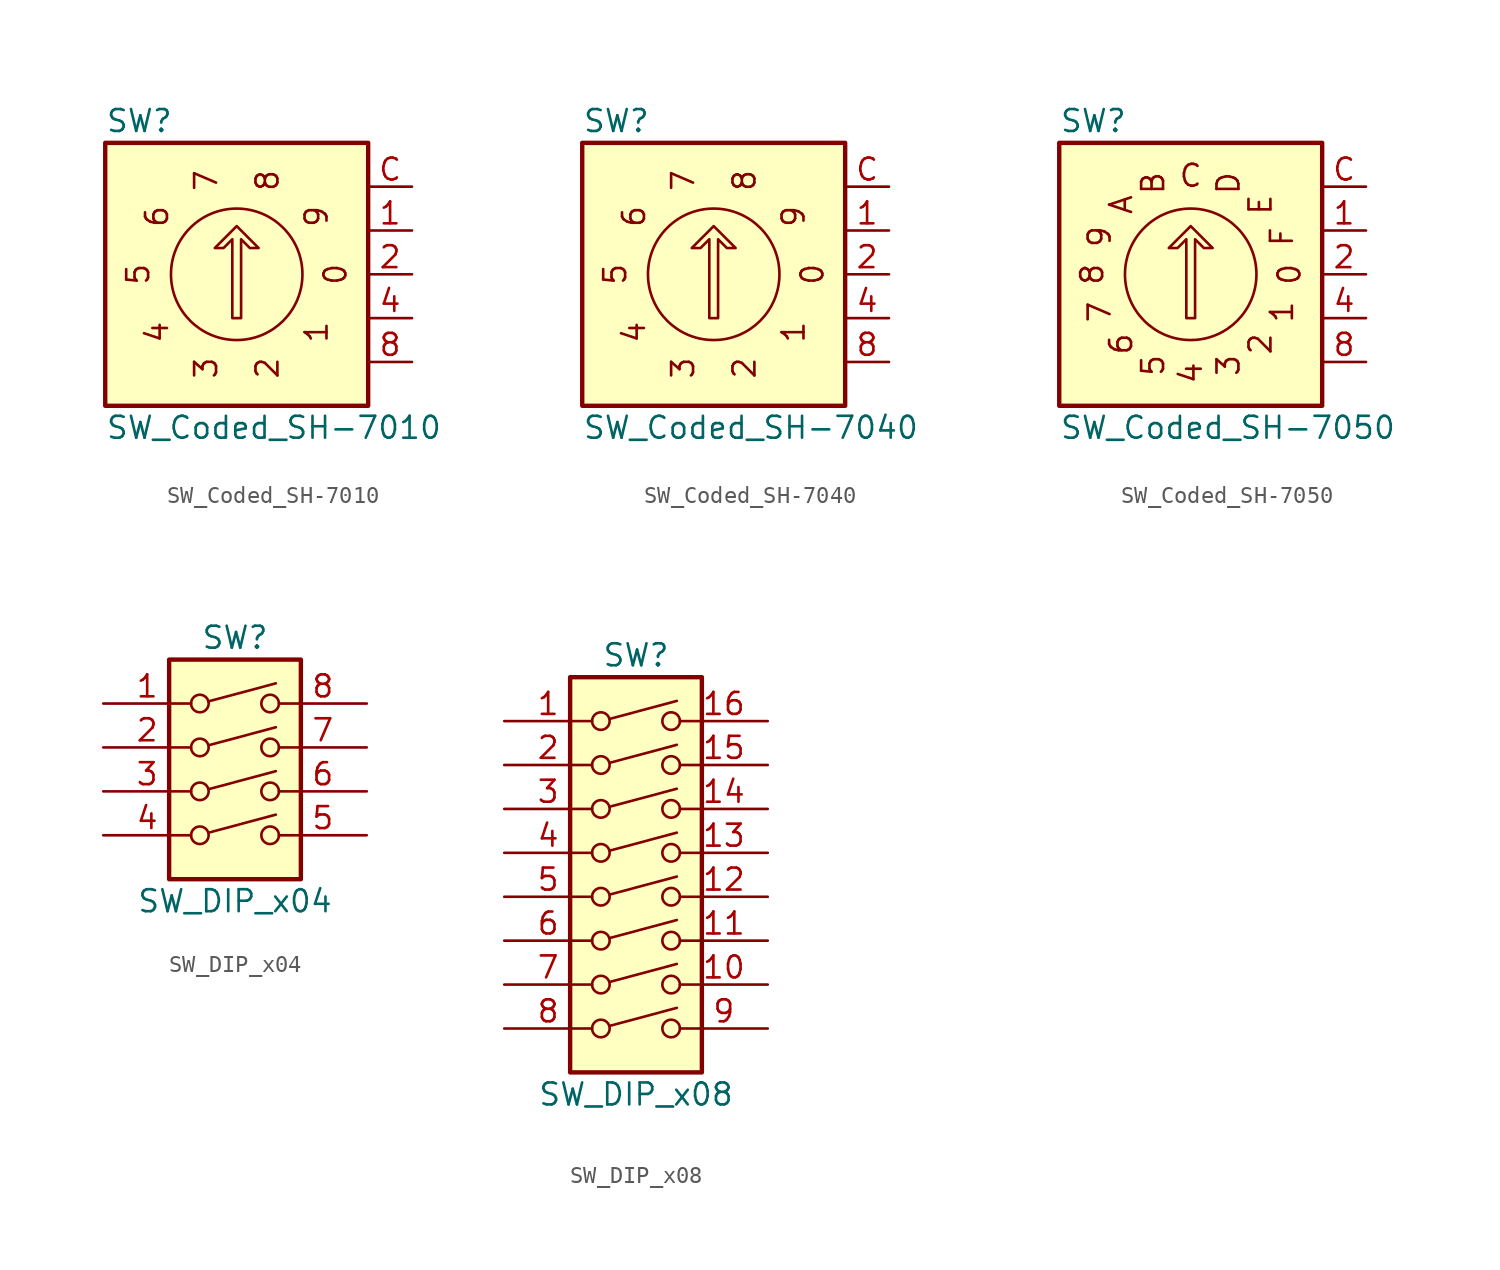
<source format=kicad_sym>
(kicad_symbol_lib
  (version 20201005)
  (generator kicad_symbol_editor)
  (symbol "SW_Coded_SH-7010"
    (pin_names hide)
    (property "Reference" "SW"
      (at -7.62 8.89 0)
      (effects (font (size 1.27 1.27)) (justify left)))
    (property "Value" "SW_Coded_SH-7010"
      (at -7.62 -8.89 0)
      (effects (font (size 1.27 1.27)) (justify left)))
    (symbol "SW_Coded_SH-7010_0_0"
      (text "0" (at 5.715 0 2700) (effects (font (size 1.27 1.27))))
      (text "1" (at 4.623 -3.353 2340) (effects (font (size 1.27 1.27))))
      (text "2" (at 1.778 -5.436 1980) (effects (font (size 1.27 1.27))))
      (text "3" (at -1.778 -5.436 1620) (effects (font (size 1.27 1.27))))
      (text "4" (at -4.623 -3.353 1260) (effects (font (size 1.27 1.27))))
      (text "5" (at -5.715 0 900) (effects (font (size 1.27 1.27))))
      (text "6" (at -4.623 3.353 540) (effects (font (size 1.27 1.27))))
      (text "7" (at -1.778 5.436 180) (effects (font (size 1.27 1.27))))
      (text "8" (at 1.778 5.436 3420) (effects (font (size 1.27 1.27))))
      (text "9" (at 4.623 3.353 3060) (effects (font (size 1.27 1.27)))))
    (symbol "SW_Coded_SH-7010_0_1"
      (circle (center 0 0) (radius 3.81) (stroke (width 0)) (fill (type none)))
      (rectangle (start 7.62 7.62) (end -7.62 -7.62) (stroke (width 0.254)) (fill (type background)))
      (polyline (pts (xy -0.254 -2.54) (xy -0.254 2.032) (xy -0.762 1.524) (xy -1.27 1.524) (xy 0 2.794) (xy 1.27 1.524) (xy 0.762 1.524) (xy 0.254 2.032) (xy 0.254 -2.54) (xy -0.254 -2.54) (xy -0.254 -2.54)) (stroke (width 0)) (fill (type none))))
    (symbol "SW_Coded_SH-7010_1_1"
      (pin passive line (at 10.16 2.54 180) (length 2.54) (name "1" (effects (font (size 1.27 1.27)))) (number "1" (effects (font (size 1.27 1.27)))))
      (pin passive line (at 10.16 0 180) (length 2.54) (name "2" (effects (font (size 1.27 1.27)))) (number "2" (effects (font (size 1.27 1.27)))))
      (pin passive line (at 10.16 -2.54 180) (length 2.54) (name "4" (effects (font (size 1.27 1.27)))) (number "4" (effects (font (size 1.27 1.27)))))
      (pin passive line (at 10.16 -5.08 180) (length 2.54) (name "8" (effects (font (size 1.27 1.27)))) (number "8" (effects (font (size 1.27 1.27)))))
      (pin passive line (at 10.16 5.08 180) (length 2.54) (name "C" (effects (font (size 1.27 1.27)))) (number "C" (effects (font (size 1.27 1.27)))))))
  (symbol "SW_Coded_SH-7040"
    (pin_names hide)
    (property "Reference" "SW"
      (at -7.62 8.89 0)
      (effects (font (size 1.27 1.27)) (justify left)))
    (property "Value" "SW_Coded_SH-7040"
      (at -7.62 -8.89 0)
      (effects (font (size 1.27 1.27)) (justify left)))
    (symbol "SW_Coded_SH-7040_0_0"
      (text "0" (at 5.715 0 2700) (effects (font (size 1.27 1.27))))
      (text "1" (at 4.623 -3.353 2340) (effects (font (size 1.27 1.27))))
      (text "2" (at 1.778 -5.436 1980) (effects (font (size 1.27 1.27))))
      (text "3" (at -1.778 -5.436 1620) (effects (font (size 1.27 1.27))))
      (text "4" (at -4.623 -3.353 1260) (effects (font (size 1.27 1.27))))
      (text "5" (at -5.715 0 900) (effects (font (size 1.27 1.27))))
      (text "6" (at -4.623 3.353 540) (effects (font (size 1.27 1.27))))
      (text "7" (at -1.778 5.436 180) (effects (font (size 1.27 1.27))))
      (text "8" (at 1.778 5.436 3420) (effects (font (size 1.27 1.27))))
      (text "9" (at 4.623 3.353 3060) (effects (font (size 1.27 1.27)))))
    (symbol "SW_Coded_SH-7040_0_1"
      (circle (center 0 0) (radius 3.81) (stroke (width 0)) (fill (type none)))
      (rectangle (start 7.62 7.62) (end -7.62 -7.62) (stroke (width 0.254)) (fill (type background)))
      (polyline (pts (xy -0.254 -2.54) (xy -0.254 2.032) (xy -0.762 1.524) (xy -1.27 1.524) (xy 0 2.794) (xy 1.27 1.524) (xy 0.762 1.524) (xy 0.254 2.032) (xy 0.254 -2.54) (xy -0.254 -2.54) (xy -0.254 -2.54)) (stroke (width 0)) (fill (type none))))
    (symbol "SW_Coded_SH-7040_1_1"
      (pin passive line (at 10.16 2.54 180) (length 2.54) (name "1" (effects (font (size 1.27 1.27)))) (number "1" (effects (font (size 1.27 1.27)))))
      (pin passive line (at 10.16 0 180) (length 2.54) (name "2" (effects (font (size 1.27 1.27)))) (number "2" (effects (font (size 1.27 1.27)))))
      (pin passive line (at 10.16 -2.54 180) (length 2.54) (name "4" (effects (font (size 1.27 1.27)))) (number "4" (effects (font (size 1.27 1.27)))))
      (pin passive line (at 10.16 -5.08 180) (length 2.54) (name "8" (effects (font (size 1.27 1.27)))) (number "8" (effects (font (size 1.27 1.27)))))
      (pin passive line (at 10.16 5.08 180) (length 2.54) (name "C" (effects (font (size 1.27 1.27)))) (number "C" (effects (font (size 1.27 1.27)))))))
  (symbol "SW_Coded_SH-7050"
    (pin_names hide)
    (property "Reference" "SW"
      (at -7.62 8.89 0)
      (effects (font (size 1.27 1.27)) (justify left)))
    (property "Value" "SW_Coded_SH-7050"
      (at -7.62 -8.89 0)
      (effects (font (size 1.27 1.27)) (justify left)))
    (symbol "SW_Coded_SH-7050_0_0"
      (text "0" (at 5.715 0 2700) (effects (font (size 1.27 1.27))))
      (text "1" (at 5.283 -2.184 2475) (effects (font (size 1.27 1.27))))
      (text "2" (at 4.039 -4.039 2250) (effects (font (size 1.27 1.27))))
      (text "3" (at 2.184 -5.283 2025) (effects (font (size 1.27 1.27))))
      (text "4" (at 0 -5.715 1800) (effects (font (size 1.27 1.27))))
      (text "5" (at -2.184 -5.283 1575) (effects (font (size 1.27 1.27))))
      (text "6" (at -4.039 -4.039 1350) (effects (font (size 1.27 1.27))))
      (text "7" (at -5.283 -2.184 1125) (effects (font (size 1.27 1.27))))
      (text "8" (at -5.715 0 900) (effects (font (size 1.27 1.27))))
      (text "9" (at -5.283 2.184 675) (effects (font (size 1.27 1.27))))
      (text "A" (at -4.039 4.039 450) (effects (font (size 1.27 1.27))))
      (text "B" (at -2.184 5.283 225) (effects (font (size 1.27 1.27))))
      (text "C" (at 0 5.715 0) (effects (font (size 1.27 1.27))))
      (text "D" (at 2.184 5.283 3375) (effects (font (size 1.27 1.27))))
      (text "E" (at 4.039 4.039 3150) (effects (font (size 1.27 1.27))))
      (text "F" (at 5.283 2.184 2925) (effects (font (size 1.27 1.27)))))
    (symbol "SW_Coded_SH-7050_0_1"
      (circle (center 0 0) (radius 3.81) (stroke (width 0)) (fill (type none)))
      (rectangle (start 7.62 7.62) (end -7.62 -7.62) (stroke (width 0.254)) (fill (type background)))
      (polyline (pts (xy -0.254 -2.54) (xy -0.254 2.032) (xy -0.762 1.524) (xy -1.27 1.524) (xy 0 2.794) (xy 1.27 1.524) (xy 0.762 1.524) (xy 0.254 2.032) (xy 0.254 -2.54) (xy -0.254 -2.54) (xy -0.254 -2.54)) (stroke (width 0)) (fill (type none))))
    (symbol "SW_Coded_SH-7050_1_1"
      (pin passive line (at 10.16 2.54 180) (length 2.54) (name "1" (effects (font (size 1.27 1.27)))) (number "1" (effects (font (size 1.27 1.27)))))
      (pin passive line (at 10.16 0 180) (length 2.54) (name "2" (effects (font (size 1.27 1.27)))) (number "2" (effects (font (size 1.27 1.27)))))
      (pin passive line (at 10.16 -2.54 180) (length 2.54) (name "4" (effects (font (size 1.27 1.27)))) (number "4" (effects (font (size 1.27 1.27)))))
      (pin passive line (at 10.16 -5.08 180) (length 2.54) (name "8" (effects (font (size 1.27 1.27)))) (number "8" (effects (font (size 1.27 1.27)))))
      (pin passive line (at 10.16 5.08 180) (length 2.54) (name "C" (effects (font (size 1.27 1.27)))) (number "C" (effects (font (size 1.27 1.27)))))))
  (symbol "SW_DIP_x04"
    (pin_names
      (offset 0) hide)
    (property "Reference" "SW"
      (at 0 8.89 0)
      (effects (font (size 1.27 1.27))))
    (property "Value" "SW_DIP_x04"
      (at 0 -6.35 0)
      (effects (font (size 1.27 1.27))))
    (symbol "SW_DIP_x04_0_0"
      (circle (center -2.032 -2.54) (radius 0.508) (stroke (width 0)) (fill (type none)))
      (circle (center -2.032 0) (radius 0.508) (stroke (width 0)) (fill (type none)))
      (circle (center -2.032 2.54) (radius 0.508) (stroke (width 0)) (fill (type none)))
      (circle (center -2.032 5.08) (radius 0.508) (stroke (width 0)) (fill (type none)))
      (circle (center 2.032 -2.54) (radius 0.508) (stroke (width 0)) (fill (type none)))
      (circle (center 2.032 0) (radius 0.508) (stroke (width 0)) (fill (type none)))
      (circle (center 2.032 2.54) (radius 0.508) (stroke (width 0)) (fill (type none)))
      (circle (center 2.032 5.08) (radius 0.508) (stroke (width 0)) (fill (type none)))
      (polyline (pts (xy -1.524 -2.388) (xy 2.362 -1.346)) (stroke (width 0)) (fill (type none)))
      (polyline (pts (xy -1.524 0.127) (xy 2.362 1.168)) (stroke (width 0)) (fill (type none)))
      (polyline (pts (xy -1.524 2.667) (xy 2.362 3.708)) (stroke (width 0)) (fill (type none)))
      (polyline (pts (xy -1.524 5.207) (xy 2.362 6.248)) (stroke (width 0)) (fill (type none))))
    (symbol "SW_DIP_x04_0_1"
      (rectangle (start -3.81 7.62) (end 3.81 -5.08) (stroke (width 0.254)) (fill (type background))))
    (symbol "SW_DIP_x04_1_1"
      (pin passive line (at -7.62 5.08 0) (length 5.08) (name "~" (effects (font (size 1.27 1.27)))) (number "1" (effects (font (size 1.27 1.27)))))
      (pin passive line (at -7.62 2.54 0) (length 5.08) (name "~" (effects (font (size 1.27 1.27)))) (number "2" (effects (font (size 1.27 1.27)))))
      (pin passive line (at -7.62 0 0) (length 5.08) (name "~" (effects (font (size 1.27 1.27)))) (number "3" (effects (font (size 1.27 1.27)))))
      (pin passive line (at -7.62 -2.54 0) (length 5.08) (name "~" (effects (font (size 1.27 1.27)))) (number "4" (effects (font (size 1.27 1.27)))))
      (pin passive line (at 7.62 -2.54 180) (length 5.08) (name "~" (effects (font (size 1.27 1.27)))) (number "5" (effects (font (size 1.27 1.27)))))
      (pin passive line (at 7.62 0 180) (length 5.08) (name "~" (effects (font (size 1.27 1.27)))) (number "6" (effects (font (size 1.27 1.27)))))
      (pin passive line (at 7.62 2.54 180) (length 5.08) (name "~" (effects (font (size 1.27 1.27)))) (number "7" (effects (font (size 1.27 1.27)))))
      (pin passive line (at 7.62 5.08 180) (length 5.08) (name "~" (effects (font (size 1.27 1.27)))) (number "8" (effects (font (size 1.27 1.27)))))))
  (symbol "SW_DIP_x08"
    (pin_names
      (offset 0) hide)
    (property "Reference" "SW"
      (at 0 13.97 0)
      (effects (font (size 1.27 1.27))))
    (property "Value" "SW_DIP_x08"
      (at 0 -11.43 0)
      (effects (font (size 1.27 1.27))))
    (symbol "SW_DIP_x08_0_0"
      (circle (center -2.032 -7.62) (radius 0.508) (stroke (width 0)) (fill (type none)))
      (circle (center -2.032 -5.08) (radius 0.508) (stroke (width 0)) (fill (type none)))
      (circle (center -2.032 -2.54) (radius 0.508) (stroke (width 0)) (fill (type none)))
      (circle (center -2.032 0) (radius 0.508) (stroke (width 0)) (fill (type none)))
      (circle (center -2.032 2.54) (radius 0.508) (stroke (width 0)) (fill (type none)))
      (circle (center -2.032 5.08) (radius 0.508) (stroke (width 0)) (fill (type none)))
      (circle (center -2.032 7.62) (radius 0.508) (stroke (width 0)) (fill (type none)))
      (circle (center -2.032 10.16) (radius 0.508) (stroke (width 0)) (fill (type none)))
      (circle (center 2.032 -7.62) (radius 0.508) (stroke (width 0)) (fill (type none)))
      (circle (center 2.032 -5.08) (radius 0.508) (stroke (width 0)) (fill (type none)))
      (circle (center 2.032 -2.54) (radius 0.508) (stroke (width 0)) (fill (type none)))
      (circle (center 2.032 0) (radius 0.508) (stroke (width 0)) (fill (type none)))
      (circle (center 2.032 2.54) (radius 0.508) (stroke (width 0)) (fill (type none)))
      (circle (center 2.032 5.08) (radius 0.508) (stroke (width 0)) (fill (type none)))
      (circle (center 2.032 7.62) (radius 0.508) (stroke (width 0)) (fill (type none)))
      (circle (center 2.032 10.16) (radius 0.508) (stroke (width 0)) (fill (type none)))
      (polyline (pts (xy -1.524 -7.468) (xy 2.362 -6.426)) (stroke (width 0)) (fill (type none)))
      (polyline (pts (xy -1.524 -4.928) (xy 2.362 -3.886)) (stroke (width 0)) (fill (type none)))
      (polyline (pts (xy -1.524 -2.388) (xy 2.362 -1.346)) (stroke (width 0)) (fill (type none)))
      (polyline (pts (xy -1.524 0.127) (xy 2.362 1.168)) (stroke (width 0)) (fill (type none)))
      (polyline (pts (xy -1.524 2.667) (xy 2.362 3.708)) (stroke (width 0)) (fill (type none)))
      (polyline (pts (xy -1.524 5.207) (xy 2.362 6.248)) (stroke (width 0)) (fill (type none)))
      (polyline (pts (xy -1.524 7.747) (xy 2.362 8.788)) (stroke (width 0)) (fill (type none)))
      (polyline (pts (xy -1.524 10.287) (xy 2.362 11.328)) (stroke (width 0)) (fill (type none))))
    (symbol "SW_DIP_x08_0_1"
      (rectangle (start -3.81 12.7) (end 3.81 -10.16) (stroke (width 0.254)) (fill (type background))))
    (symbol "SW_DIP_x08_1_1"
      (pin passive line (at -7.62 10.16 0) (length 5.08) (name "~" (effects (font (size 1.27 1.27)))) (number "1" (effects (font (size 1.27 1.27)))))
      (pin passive line (at 7.62 -5.08 180) (length 5.08) (name "~" (effects (font (size 1.27 1.27)))) (number "10" (effects (font (size 1.27 1.27)))))
      (pin passive line (at 7.62 -2.54 180) (length 5.08) (name "~" (effects (font (size 1.27 1.27)))) (number "11" (effects (font (size 1.27 1.27)))))
      (pin passive line (at 7.62 0 180) (length 5.08) (name "~" (effects (font (size 1.27 1.27)))) (number "12" (effects (font (size 1.27 1.27)))))
      (pin passive line (at 7.62 2.54 180) (length 5.08) (name "~" (effects (font (size 1.27 1.27)))) (number "13" (effects (font (size 1.27 1.27)))))
      (pin passive line (at 7.62 5.08 180) (length 5.08) (name "~" (effects (font (size 1.27 1.27)))) (number "14" (effects (font (size 1.27 1.27)))))
      (pin passive line (at 7.62 7.62 180) (length 5.08) (name "~" (effects (font (size 1.27 1.27)))) (number "15" (effects (font (size 1.27 1.27)))))
      (pin passive line (at 7.62 10.16 180) (length 5.08) (name "~" (effects (font (size 1.27 1.27)))) (number "16" (effects (font (size 1.27 1.27)))))
      (pin passive line (at -7.62 7.62 0) (length 5.08) (name "~" (effects (font (size 1.27 1.27)))) (number "2" (effects (font (size 1.27 1.27)))))
      (pin passive line (at -7.62 5.08 0) (length 5.08) (name "~" (effects (font (size 1.27 1.27)))) (number "3" (effects (font (size 1.27 1.27)))))
      (pin passive line (at -7.62 2.54 0) (length 5.08) (name "~" (effects (font (size 1.27 1.27)))) (number "4" (effects (font (size 1.27 1.27)))))
      (pin passive line (at -7.62 0 0) (length 5.08) (name "~" (effects (font (size 1.27 1.27)))) (number "5" (effects (font (size 1.27 1.27)))))
      (pin passive line (at -7.62 -2.54 0) (length 5.08) (name "~" (effects (font (size 1.27 1.27)))) (number "6" (effects (font (size 1.27 1.27)))))
      (pin passive line (at -7.62 -5.08 0) (length 5.08) (name "~" (effects (font (size 1.27 1.27)))) (number "7" (effects (font (size 1.27 1.27)))))
      (pin passive line (at -7.62 -7.62 0) (length 5.08) (name "~" (effects (font (size 1.27 1.27)))) (number "8" (effects (font (size 1.27 1.27)))))
      (pin passive line (at 7.62 -7.62 180) (length 5.08) (name "~" (effects (font (size 1.27 1.27)))) (number "9" (effects (font (size 1.27 1.27))))))))
</source>
